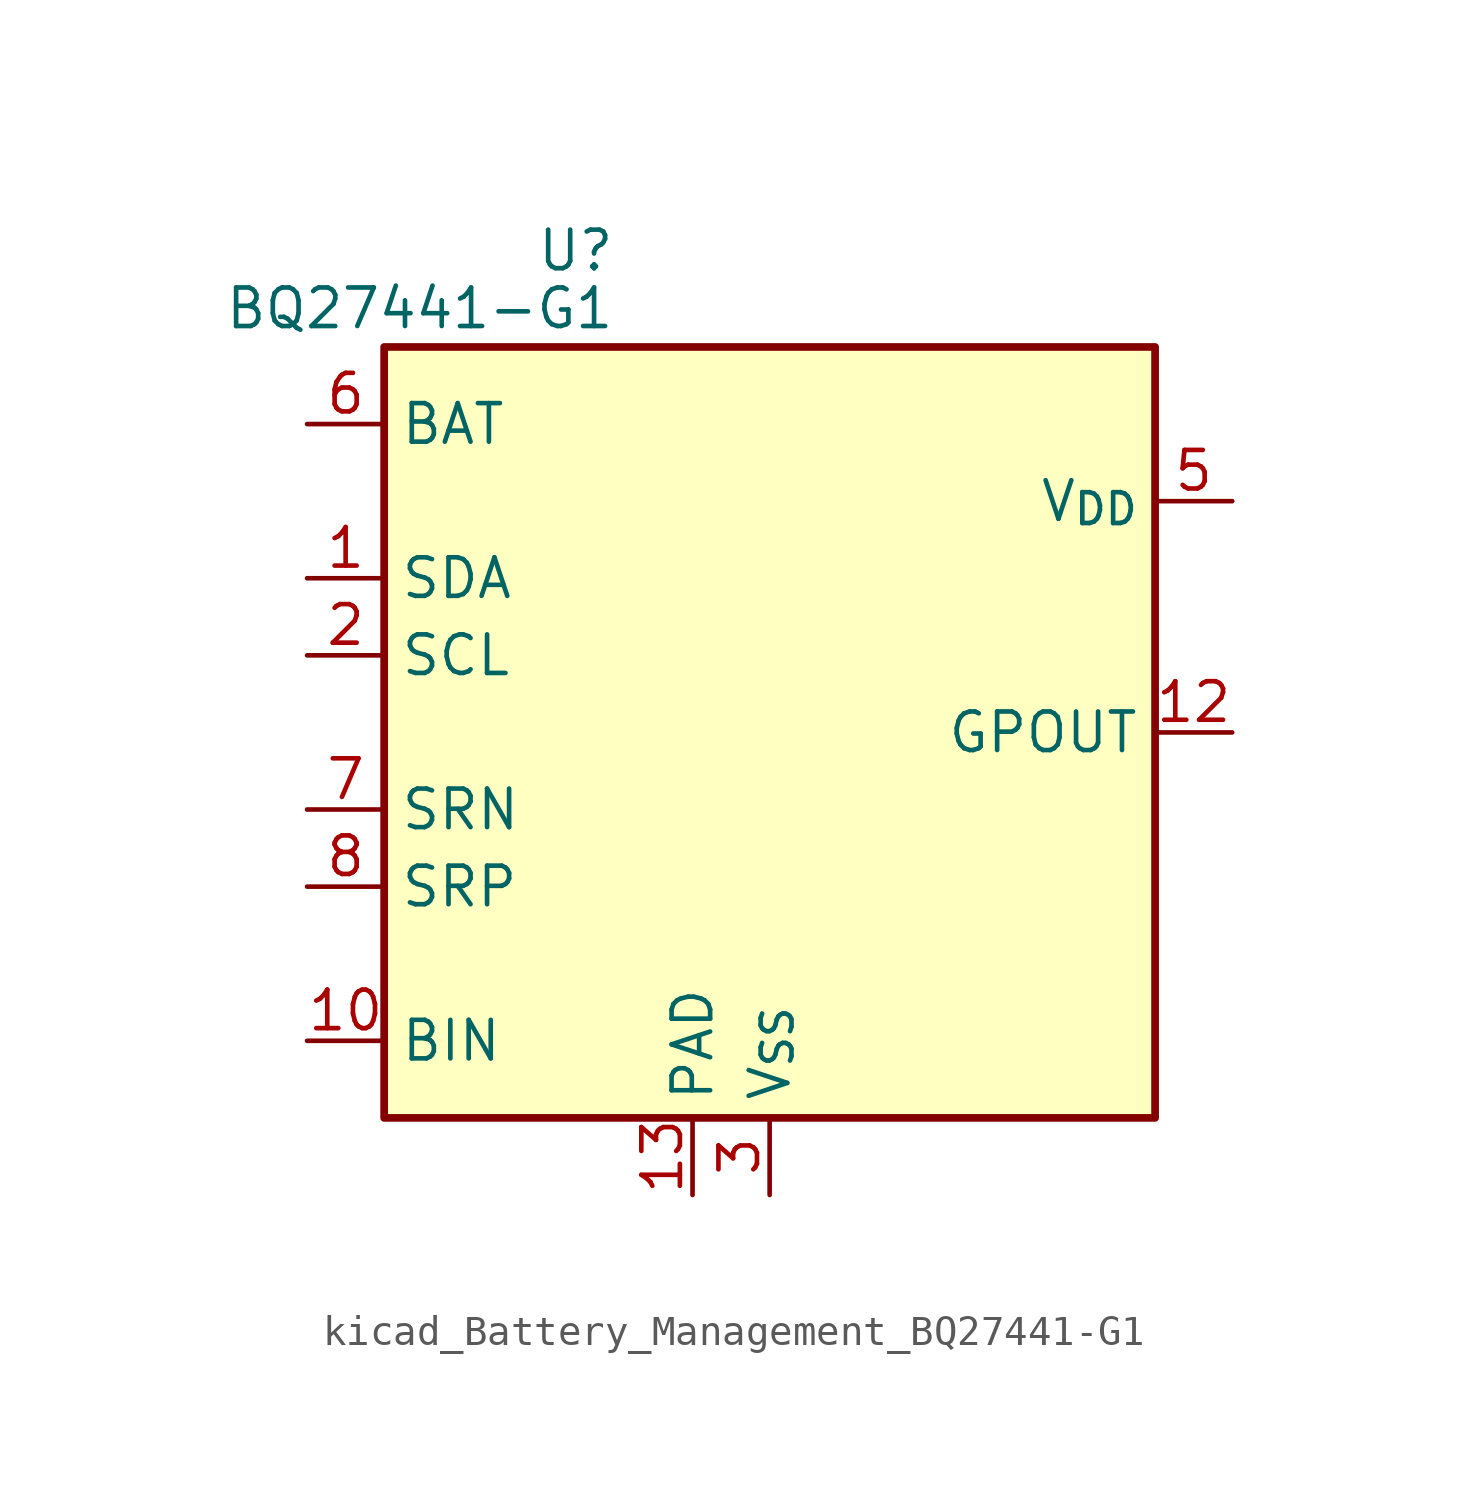
<source format=kicad_sym>
(kicad_symbol_lib
  (version 20220914)
  (generator kicad_symbol_editor)
  (symbol "kicad_Battery_Management_BQ27441-G1"
    (property "Reference" "U"
      (at -5.08 15.875 0)
      (effects (font (size 1.27 1.27)) (justify right)))
    (property "Value" "BQ27441-G1"
      (at -5.08 13.97 0)
      (effects (font (size 1.27 1.27)) (justify right)))
    (symbol "kicad_Battery_Management_BQ27441-G1_0_1"
      (rectangle (start -12.7 12.7) (end 12.7 -12.7) (stroke (width 0.254) (type default)) (fill (type background))))
    (symbol "kicad_Battery_Management_BQ27441-G1_1_1"
      (pin bidirectional line (at -15.24 5.08 0) (length 2.54) (name "SDA" (effects (font (size 1.27 1.27)))) (number "1" (effects (font (size 1.27 1.27)))))
      (pin input line (at -15.24 -10.16 0) (length 2.54) (name "BIN" (effects (font (size 1.27 1.27)))) (number "10" (effects (font (size 1.27 1.27)))))
      (pin no_connect line (at 10.16 -2.54 180) (length 2.54) hide (name "NC" (effects (font (size 1.27 1.27)))) (number "11" (effects (font (size 1.27 1.27)))))
      (pin output line (at 15.24 0 180) (length 2.54) (name "GPOUT" (effects (font (size 1.27 1.27)))) (number "12" (effects (font (size 1.27 1.27)))))
      (pin power_in line (at -2.54 -15.24 90) (length 2.54) (name "PAD" (effects (font (size 1.27 1.27)))) (number "13" (effects (font (size 1.27 1.27)))))
      (pin input line (at -15.24 2.54 0) (length 2.54) (name "SCL" (effects (font (size 1.27 1.27)))) (number "2" (effects (font (size 1.27 1.27)))))
      (pin power_in line (at 0 -15.24 90) (length 2.54) (name "V_{SS}" (effects (font (size 1.27 1.27)))) (number "3" (effects (font (size 1.27 1.27)))))
      (pin no_connect line (at 10.16 -7.62 180) (length 2.54) hide (name "NC" (effects (font (size 1.27 1.27)))) (number "4" (effects (font (size 1.27 1.27)))))
      (pin power_out line (at 15.24 7.62 180) (length 2.54) (name "V_{DD}" (effects (font (size 1.27 1.27)))) (number "5" (effects (font (size 1.27 1.27)))))
      (pin power_in line (at -15.24 10.16 0) (length 2.54) (name "BAT" (effects (font (size 1.27 1.27)))) (number "6" (effects (font (size 1.27 1.27)))))
      (pin input line (at -15.24 -2.54 0) (length 2.54) (name "SRN" (effects (font (size 1.27 1.27)))) (number "7" (effects (font (size 1.27 1.27)))))
      (pin input line (at -15.24 -5.08 0) (length 2.54) (name "SRP" (effects (font (size 1.27 1.27)))) (number "8" (effects (font (size 1.27 1.27)))))
      (pin no_connect line (at 10.16 -5.08 180) (length 2.54) hide (name "NC" (effects (font (size 1.27 1.27)))) (number "9" (effects (font (size 1.27 1.27))))))))
</source>
